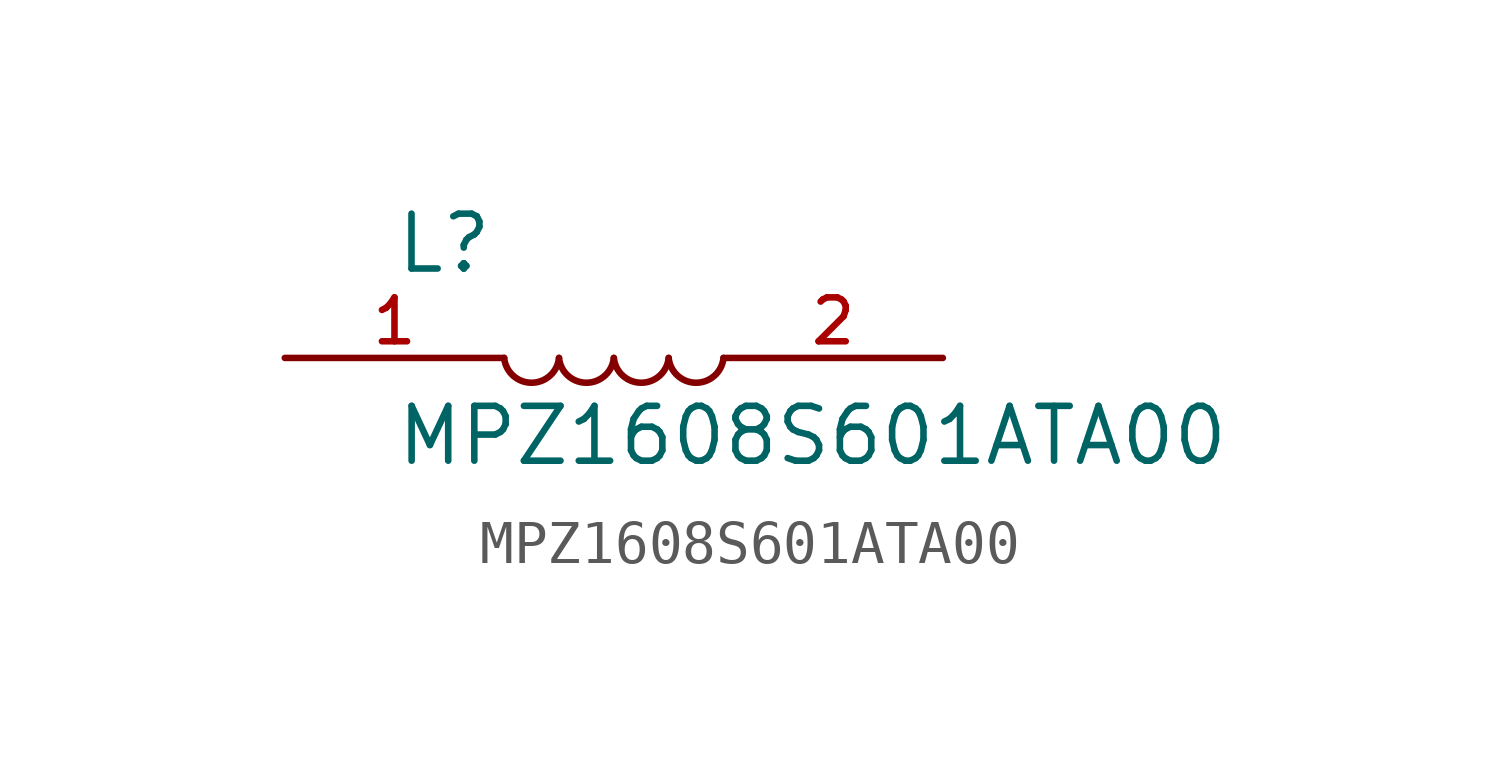
<source format=kicad_sym>
(kicad_symbol_lib
  (version 20211014)
  (generator kicad_symbol_editor)
  (symbol "MPZ1608S601ATA00"
    (pin_names
      (offset 1.016))
    (property "Reference" "L"
      (at -5.088 1.908 0)
      (effects (font (size 1.27 1.27)) (justify bottom left)))
    (property "Value" "MPZ1608S601ATA00"
      (at -5.085 -2.543 0)
      (effects (font (size 1.27 1.27)) (justify bottom left)))
    (symbol "MPZ1608S601ATA00_0_0"
      (arc (start -1.27 0.0) (mid -1.9082 -0.5747) (end -2.54 0.0) (stroke (width 0.1524) (type default) (color 0 0 0 0)) (fill (type none)))
      (arc (start 0.0 0.0) (mid -0.6382 -0.5747) (end -1.27 0.0) (stroke (width 0.1524) (type default) (color 0 0 0 0)) (fill (type none)))
      (arc (start 2.54 0.0) (mid 1.9018 -0.5747) (end 1.27 0.0) (stroke (width 0.1524) (type default) (color 0 0 0 0)) (fill (type none)))
      (arc (start 1.27 0.0) (mid 0.6318 -0.5747) (end 0.0 0.0) (stroke (width 0.1524) (type default) (color 0 0 0 0)) (fill (type none)))
      (pin passive line (at 7.62 0.0 180.0) (length 5.08) (name "~" (effects (font (size 1.016 1.016)))) (number "2" (effects (font (size 1.016 1.016)))))
      (pin passive line (at -7.62 0.0 0) (length 5.08) (name "~" (effects (font (size 1.016 1.016)))) (number "1" (effects (font (size 1.016 1.016))))))))
</source>
